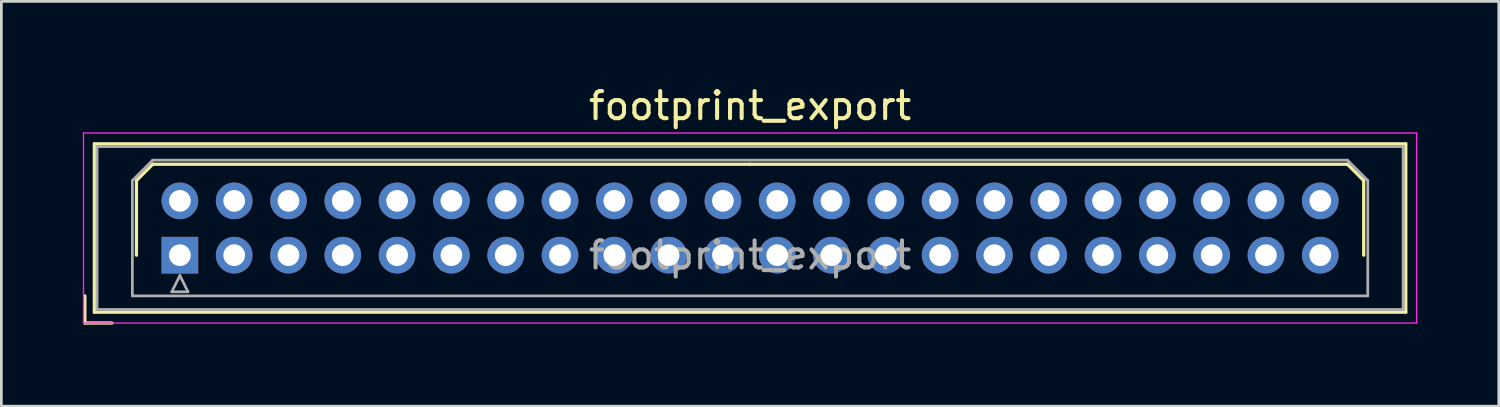
<source format=kicad_pcb>
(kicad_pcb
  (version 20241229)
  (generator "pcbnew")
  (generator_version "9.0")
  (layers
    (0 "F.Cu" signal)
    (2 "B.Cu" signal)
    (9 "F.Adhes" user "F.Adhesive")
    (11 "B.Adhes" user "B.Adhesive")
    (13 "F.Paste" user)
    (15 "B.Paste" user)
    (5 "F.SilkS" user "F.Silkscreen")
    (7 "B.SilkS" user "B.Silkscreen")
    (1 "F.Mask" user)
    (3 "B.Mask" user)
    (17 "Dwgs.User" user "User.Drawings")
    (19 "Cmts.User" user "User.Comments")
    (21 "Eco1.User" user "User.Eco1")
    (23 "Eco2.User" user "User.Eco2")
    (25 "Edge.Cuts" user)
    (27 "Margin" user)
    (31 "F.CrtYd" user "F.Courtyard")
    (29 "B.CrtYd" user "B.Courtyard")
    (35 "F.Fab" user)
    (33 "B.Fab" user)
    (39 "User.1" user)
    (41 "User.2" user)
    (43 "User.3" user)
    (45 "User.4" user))
  (footprint "footprint_export"
    (layer "F.Cu")
    (at 3.575 6.348)
    (property "Reference" "footprint_export" (at 21 -5.5 0) (layer "F.SilkS") (effects (font (size 1 1) (thickness 0.15))))
    (attr through_hole)
    (fp_line (start -3.5 1.5) (end -3.5 2.5) (stroke (width 0.12) (type solid)) (layer "F.SilkS"))
    (fp_line (start -3.5 2.5) (end -2.5 2.5) (stroke (width 0.12) (type solid)) (layer "F.SilkS"))
    (fp_line (start -3.15 -4.1) (end -3.15 2.1) (stroke (width 0.12) (type solid)) (layer "F.SilkS"))
    (fp_line (start -3.15 2.1) (end 45.15 2.1) (stroke (width 0.12) (type solid)) (layer "F.SilkS"))
    (fp_line (start -1.6 -2.75) (end -1 -3.35) (stroke (width 0.12) (type solid)) (layer "F.SilkS"))
    (fp_line (start -1.6 0) (end -1.6 -2.75) (stroke (width 0.12) (type solid)) (layer "F.SilkS"))
    (fp_line (start -1 -3.35) (end 21 -3.35) (stroke (width 0.12) (type solid)) (layer "F.SilkS"))
    (fp_line (start 43 -3.35) (end 21 -3.35) (stroke (width 0.12) (type solid)) (layer "F.SilkS"))
    (fp_line (start 43.6 -2.75) (end 43 -3.35) (stroke (width 0.12) (type solid)) (layer "F.SilkS"))
    (fp_line (start 43.6 0) (end 43.6 -2.75) (stroke (width 0.12) (type solid)) (layer "F.SilkS"))
    (fp_line (start 45.15 -4.1) (end -3.15 -4.1) (stroke (width 0.12) (type solid)) (layer "F.SilkS"))
    (fp_line (start 45.15 2.1) (end 45.15 -4.1) (stroke (width 0.12) (type solid)) (layer "F.SilkS"))
    (fp_line (start -3.55 -4.5) (end -3.55 2.5) (stroke (width 0.05) (type solid)) (layer "F.CrtYd"))
    (fp_line (start -3.55 2.5) (end 45.55 2.5) (stroke (width 0.05) (type solid)) (layer "F.CrtYd"))
    (fp_line (start 45.55 -4.5) (end -3.55 -4.5) (stroke (width 0.05) (type solid)) (layer "F.CrtYd"))
    (fp_line (start 45.55 2.5) (end 45.55 -4.5) (stroke (width 0.05) (type solid)) (layer "F.CrtYd"))
    (fp_line (start -3.05 -4) (end -3.05 2) (stroke (width 0.1) (type solid)) (layer "F.Fab"))
    (fp_line (start -3.05 2) (end 45.05 2) (stroke (width 0.1) (type solid)) (layer "F.Fab"))
    (fp_line (start -1.75 -2.75) (end -1 -3.5) (stroke (width 0.1) (type solid)) (layer "F.Fab"))
    (fp_line (start -1.75 1.5) (end -1.75 -2.75) (stroke (width 0.1) (type solid)) (layer "F.Fab"))
    (fp_line (start -1 -3.5) (end 43 -3.5) (stroke (width 0.1) (type solid)) (layer "F.Fab"))
    (fp_line (start -0.3 1.35) (end 0.3 1.35) (stroke (width 0.1) (type solid)) (layer "F.Fab"))
    (fp_line (start 0 0.75) (end -0.3 1.35) (stroke (width 0.1) (type solid)) (layer "F.Fab"))
    (fp_line (start 0.3 1.35) (end 0 0.75) (stroke (width 0.1) (type solid)) (layer "F.Fab"))
    (fp_line (start 43 -3.5) (end 43.75 -2.75) (stroke (width 0.1) (type solid)) (layer "F.Fab"))
    (fp_line (start 43.75 -2.75) (end 43.75 1.5) (stroke (width 0.1) (type solid)) (layer "F.Fab"))
    (fp_line (start 43.75 1.5) (end -1.75 1.5) (stroke (width 0.1) (type solid)) (layer "F.Fab"))
    (fp_line (start 45.05 -4) (end -3.05 -4) (stroke (width 0.1) (type solid)) (layer "F.Fab"))
    (fp_line (start 45.05 2) (end 45.05 -4) (stroke (width 0.1) (type solid)) (layer "F.Fab"))
    (fp_text user "${REFERENCE}" (at 21 0 0) (layer "F.Fab") (effects (font (size 1 1) (thickness 0.15))))
    (pad "1" thru_hole rect (at 0 0) (size 1.35 1.35) (drill 0.8) (layers "*.Cu" "*.Mask"))
    (pad "2" thru_hole circle (at 0 -2) (size 1.35 1.35) (drill 0.8) (layers "*.Cu" "*.Mask"))
    (pad "3" thru_hole circle (at 2 0) (size 1.35 1.35) (drill 0.8) (layers "*.Cu" "*.Mask"))
    (pad "4" thru_hole circle (at 2 -2) (size 1.35 1.35) (drill 0.8) (layers "*.Cu" "*.Mask"))
    (pad "5" thru_hole circle (at 4 0) (size 1.35 1.35) (drill 0.8) (layers "*.Cu" "*.Mask"))
    (pad "6" thru_hole circle (at 4 -2) (size 1.35 1.35) (drill 0.8) (layers "*.Cu" "*.Mask"))
    (pad "7" thru_hole circle (at 6 0) (size 1.35 1.35) (drill 0.8) (layers "*.Cu" "*.Mask"))
    (pad "8" thru_hole circle (at 6 -2) (size 1.35 1.35) (drill 0.8) (layers "*.Cu" "*.Mask"))
    (pad "9" thru_hole circle (at 8 0) (size 1.35 1.35) (drill 0.8) (layers "*.Cu" "*.Mask"))
    (pad "10" thru_hole circle (at 8 -2) (size 1.35 1.35) (drill 0.8) (layers "*.Cu" "*.Mask"))
    (pad "11" thru_hole circle (at 10 0) (size 1.35 1.35) (drill 0.8) (layers "*.Cu" "*.Mask"))
    (pad "12" thru_hole circle (at 10 -2) (size 1.35 1.35) (drill 0.8) (layers "*.Cu" "*.Mask"))
    (pad "13" thru_hole circle (at 12 0) (size 1.35 1.35) (drill 0.8) (layers "*.Cu" "*.Mask"))
    (pad "14" thru_hole circle (at 12 -2) (size 1.35 1.35) (drill 0.8) (layers "*.Cu" "*.Mask"))
    (pad "15" thru_hole circle (at 14 0) (size 1.35 1.35) (drill 0.8) (layers "*.Cu" "*.Mask"))
    (pad "16" thru_hole circle (at 14 -2) (size 1.35 1.35) (drill 0.8) (layers "*.Cu" "*.Mask"))
    (pad "17" thru_hole circle (at 16 0) (size 1.35 1.35) (drill 0.8) (layers "*.Cu" "*.Mask"))
    (pad "18" thru_hole circle (at 16 -2) (size 1.35 1.35) (drill 0.8) (layers "*.Cu" "*.Mask"))
    (pad "19" thru_hole circle (at 18 0) (size 1.35 1.35) (drill 0.8) (layers "*.Cu" "*.Mask"))
    (pad "20" thru_hole circle (at 18 -2) (size 1.35 1.35) (drill 0.8) (layers "*.Cu" "*.Mask"))
    (pad "21" thru_hole circle (at 20 0) (size 1.35 1.35) (drill 0.8) (layers "*.Cu" "*.Mask"))
    (pad "22" thru_hole circle (at 20 -2) (size 1.35 1.35) (drill 0.8) (layers "*.Cu" "*.Mask"))
    (pad "23" thru_hole circle (at 22 0) (size 1.35 1.35) (drill 0.8) (layers "*.Cu" "*.Mask"))
    (pad "24" thru_hole circle (at 22 -2) (size 1.35 1.35) (drill 0.8) (layers "*.Cu" "*.Mask"))
    (pad "25" thru_hole circle (at 24 0) (size 1.35 1.35) (drill 0.8) (layers "*.Cu" "*.Mask"))
    (pad "26" thru_hole circle (at 24 -2) (size 1.35 1.35) (drill 0.8) (layers "*.Cu" "*.Mask"))
    (pad "27" thru_hole circle (at 26 0) (size 1.35 1.35) (drill 0.8) (layers "*.Cu" "*.Mask"))
    (pad "28" thru_hole circle (at 26 -2) (size 1.35 1.35) (drill 0.8) (layers "*.Cu" "*.Mask"))
    (pad "29" thru_hole circle (at 28 0) (size 1.35 1.35) (drill 0.8) (layers "*.Cu" "*.Mask"))
    (pad "30" thru_hole circle (at 28 -2) (size 1.35 1.35) (drill 0.8) (layers "*.Cu" "*.Mask"))
    (pad "31" thru_hole circle (at 30 0) (size 1.35 1.35) (drill 0.8) (layers "*.Cu" "*.Mask"))
    (pad "32" thru_hole circle (at 30 -2) (size 1.35 1.35) (drill 0.8) (layers "*.Cu" "*.Mask"))
    (pad "33" thru_hole circle (at 32 0) (size 1.35 1.35) (drill 0.8) (layers "*.Cu" "*.Mask"))
    (pad "34" thru_hole circle (at 32 -2) (size 1.35 1.35) (drill 0.8) (layers "*.Cu" "*.Mask"))
    (pad "35" thru_hole circle (at 34 0) (size 1.35 1.35) (drill 0.8) (layers "*.Cu" "*.Mask"))
    (pad "36" thru_hole circle (at 34 -2) (size 1.35 1.35) (drill 0.8) (layers "*.Cu" "*.Mask"))
    (pad "37" thru_hole circle (at 36 0) (size 1.35 1.35) (drill 0.8) (layers "*.Cu" "*.Mask"))
    (pad "38" thru_hole circle (at 36 -2) (size 1.35 1.35) (drill 0.8) (layers "*.Cu" "*.Mask"))
    (pad "39" thru_hole circle (at 38 0) (size 1.35 1.35) (drill 0.8) (layers "*.Cu" "*.Mask"))
    (pad "40" thru_hole circle (at 38 -2) (size 1.35 1.35) (drill 0.8) (layers "*.Cu" "*.Mask"))
    (pad "41" thru_hole circle (at 40 0) (size 1.35 1.35) (drill 0.8) (layers "*.Cu" "*.Mask"))
    (pad "42" thru_hole circle (at 40 -2) (size 1.35 1.35) (drill 0.8) (layers "*.Cu" "*.Mask"))
    (pad "43" thru_hole circle (at 42 0) (size 1.35 1.35) (drill 0.8) (layers "*.Cu" "*.Mask"))
    (pad "44" thru_hole circle (at 42 -2) (size 1.35 1.35) (drill 0.8) (layers "*.Cu" "*.Mask")))
  (gr_rect
    (start -3 -3)
    (end 52.15 11.908)
    (stroke (width 0.1) (type default))
    (fill no)
    (layer "Edge.Cuts")))
</source>
